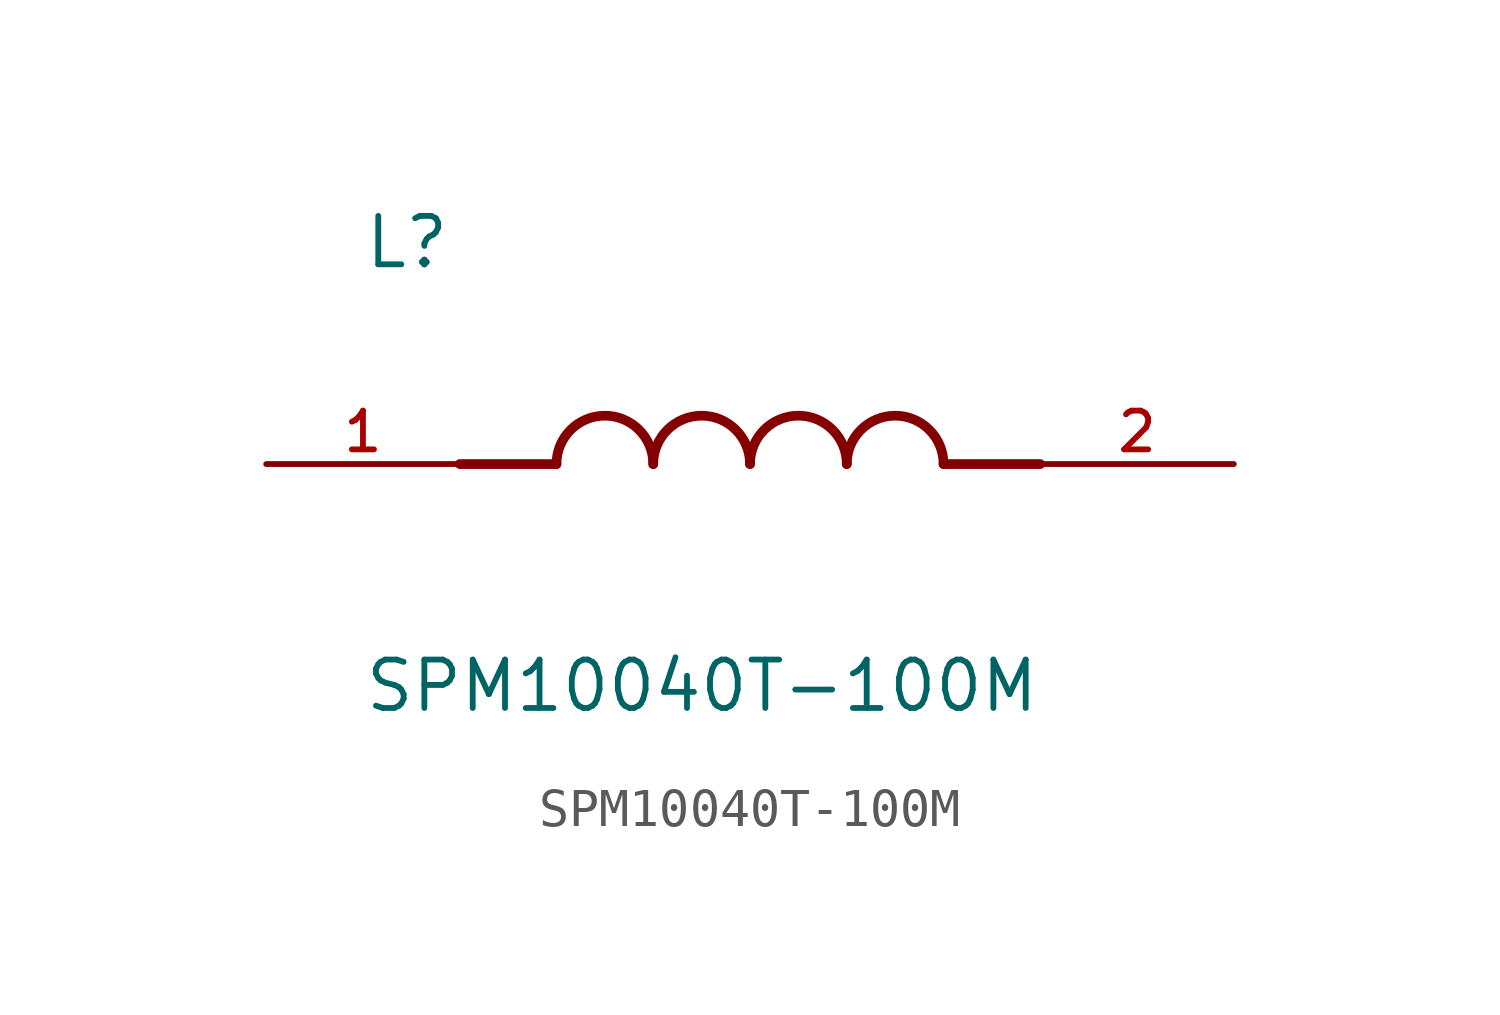
<source format=kicad_sym>
(kicad_symbol_lib
  (version 20211014)
  (generator kicad_symbol_editor)
  (symbol "SPM10040T-100M"
    (pin_names
      (offset 1.016))
    (property "Reference" "L"
      (at -10.16 5.08 0)
      (effects (font (size 1.27 1.27)) (justify bottom left)))
    (property "Value" "SPM10040T-100M"
      (at -10.16 -5.08 0)
      (effects (font (size 1.27 1.27)) (justify top left)))
    (symbol "SPM10040T-100M_0_0"
      (polyline (pts (xy -5.08 0.0) (xy -7.62 0.0)) (stroke (width 0.254)))
      (polyline (pts (xy 5.08 0.0) (xy 7.62 0.0)) (stroke (width 0.254)))
      (arc (start -2.54 0.0) (mid -3.81 1.27) (end -5.08 0.0) (stroke (width 0.254) (type default) (color 0 0 0 0)) (fill (type none)))
      (arc (start 0.0 0.0) (mid -1.27 1.27) (end -2.54 0.0) (stroke (width 0.254) (type default) (color 0 0 0 0)) (fill (type none)))
      (arc (start 2.54 0.0) (mid 1.27 1.27) (end 0.0 0.0) (stroke (width 0.254) (type default) (color 0 0 0 0)) (fill (type none)))
      (arc (start 5.08 0.0) (mid 3.81 1.27) (end 2.54 0.0) (stroke (width 0.254) (type default) (color 0 0 0 0)) (fill (type none)))
      (pin passive line (at -12.7 0.0 0) (length 5.08) (name "~" (effects (font (size 1.016 1.016)))) (number "1" (effects (font (size 1.016 1.016)))))
      (pin passive line (at 12.7 0.0 180.0) (length 5.08) (name "~" (effects (font (size 1.016 1.016)))) (number "2" (effects (font (size 1.016 1.016))))))))
</source>
